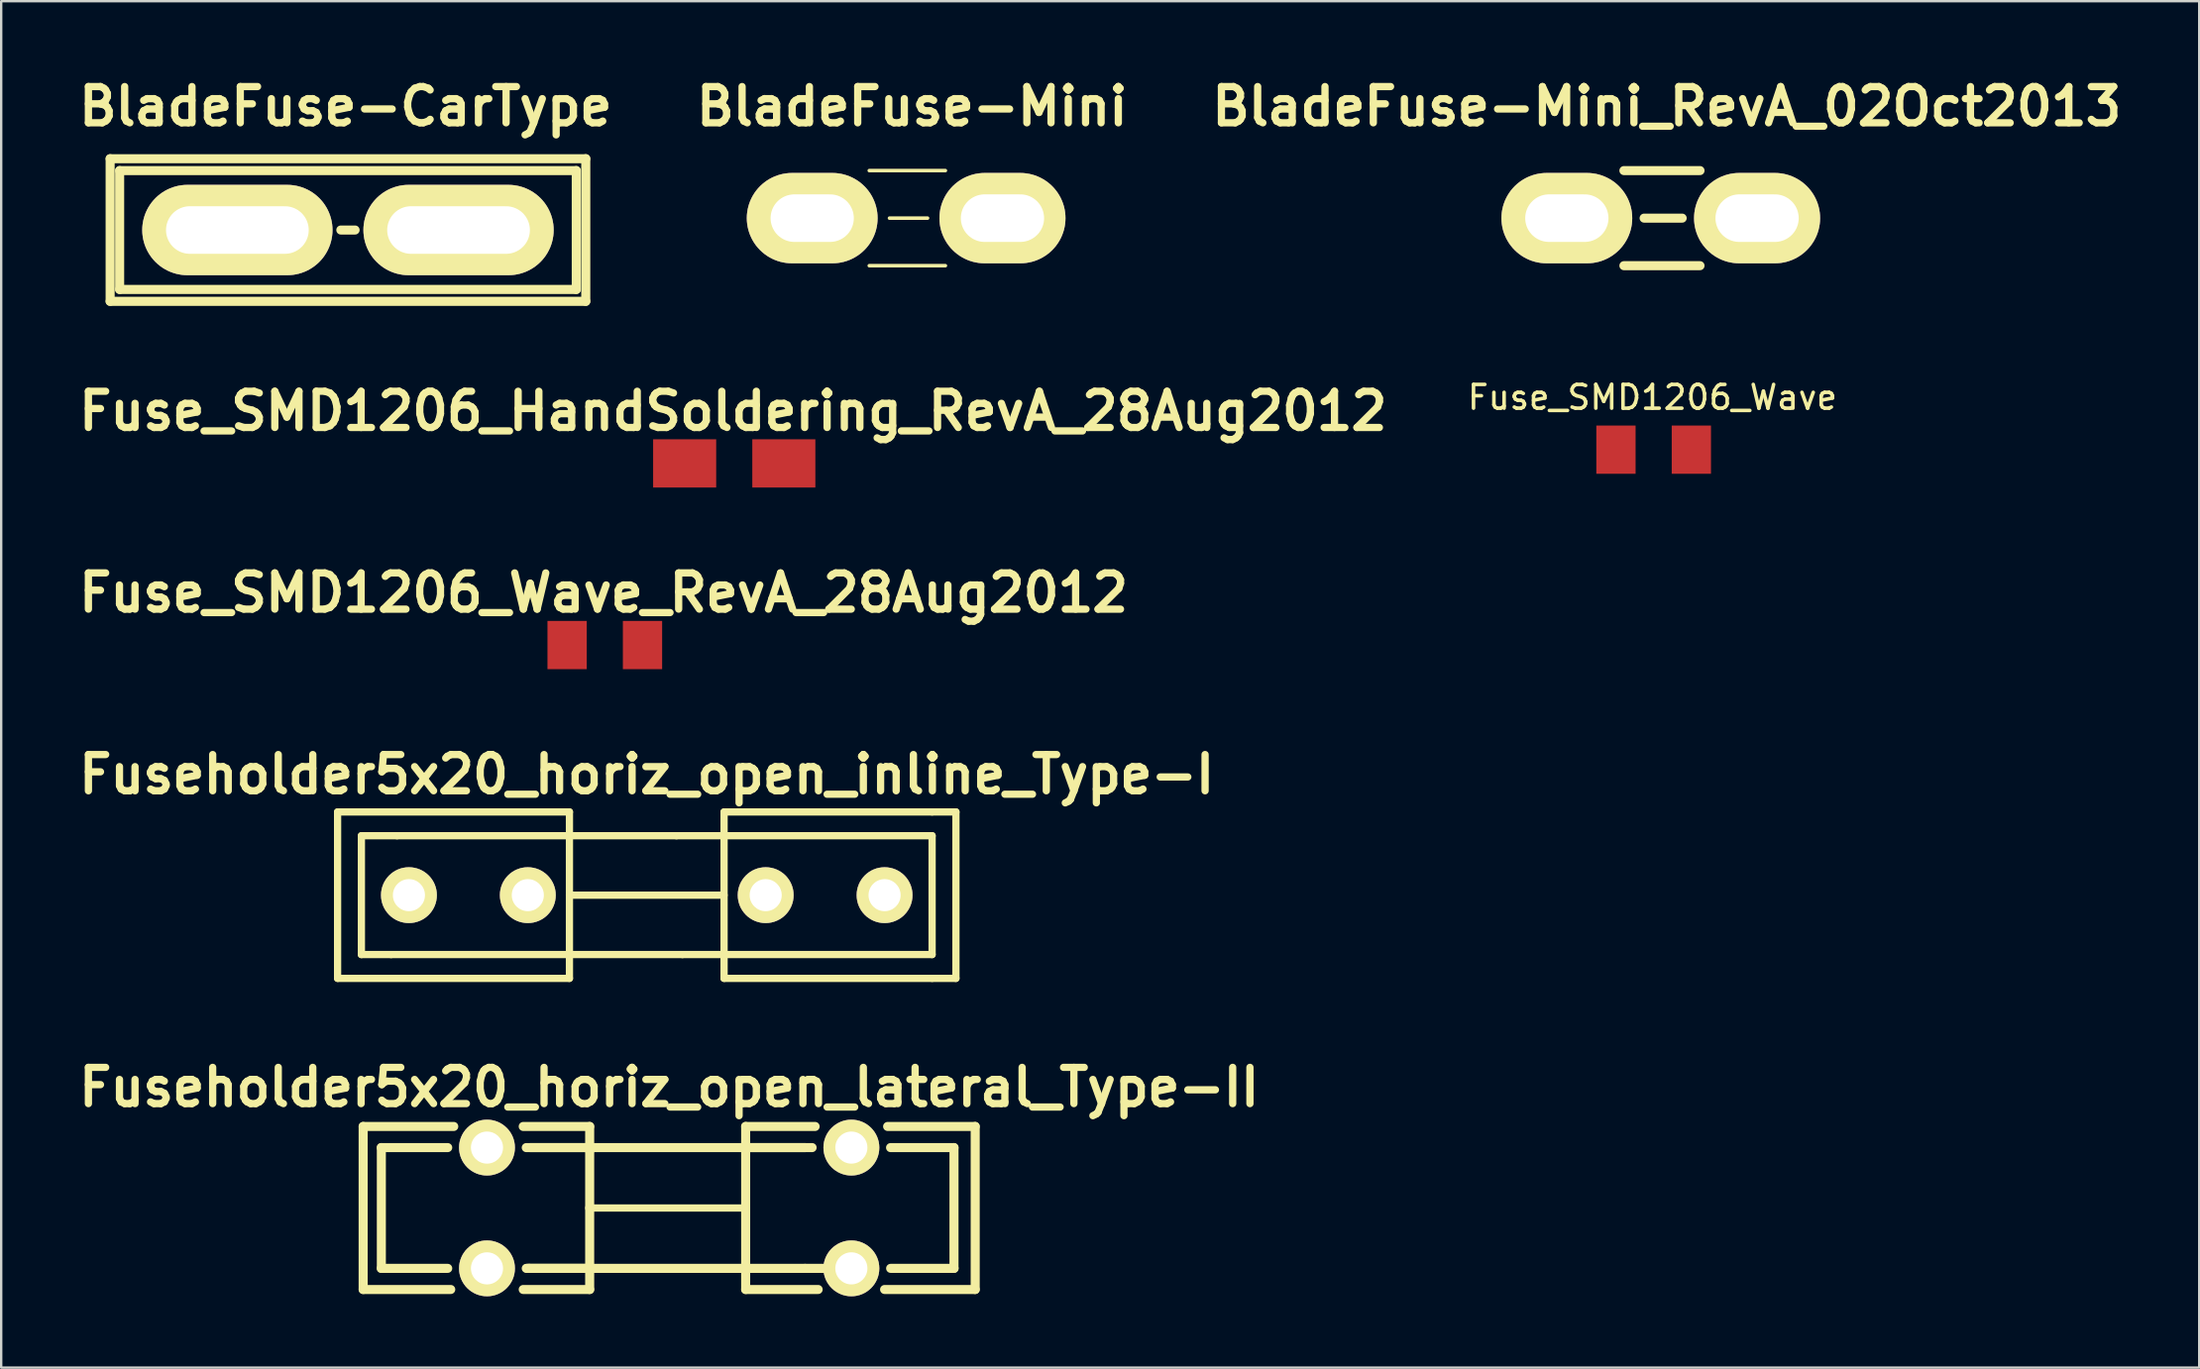
<source format=kicad_pcb>
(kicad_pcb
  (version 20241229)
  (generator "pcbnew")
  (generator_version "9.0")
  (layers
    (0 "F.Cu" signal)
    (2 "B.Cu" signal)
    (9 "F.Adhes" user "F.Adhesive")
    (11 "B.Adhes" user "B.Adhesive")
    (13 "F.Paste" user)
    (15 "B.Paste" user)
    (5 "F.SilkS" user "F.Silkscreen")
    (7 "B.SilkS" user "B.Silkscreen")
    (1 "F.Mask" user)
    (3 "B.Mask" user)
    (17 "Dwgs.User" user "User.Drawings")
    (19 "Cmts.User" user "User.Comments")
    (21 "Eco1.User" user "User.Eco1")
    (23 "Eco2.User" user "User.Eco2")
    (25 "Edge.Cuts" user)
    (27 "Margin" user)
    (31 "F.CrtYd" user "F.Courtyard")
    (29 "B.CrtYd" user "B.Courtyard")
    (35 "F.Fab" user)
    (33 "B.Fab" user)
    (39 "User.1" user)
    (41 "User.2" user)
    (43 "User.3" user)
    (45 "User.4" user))
  (footprint "BladeFuse-Mini_RevA_02Oct2013"
    (layer "F.Cu")
    (at 66.833 6.126)
    (property "Reference" "BladeFuse-Mini_RevA_02Oct2013" (at 0.2 -4.7 0) (layer "F.SilkS") (effects (font (size 1.524 1.524) (thickness 0.305))))
    (attr through_hole)
    (fp_line (start -1.6 -2) (end 1.6 -2) (stroke (width 0.381) (type solid)) (layer "F.SilkS"))
    (fp_line (start -0.75 0) (end 0.85 0) (stroke (width 0.381) (type solid)) (layer "F.SilkS"))
    (fp_line (start 1.6 2) (end -1.6 2) (stroke (width 0.381) (type solid)) (layer "F.SilkS"))
    (pad "1" thru_hole oval (at -4 0) (size 5.5 3.8) (drill oval 3.5 2) (layers "*.Cu" "*.Mask" "F.SilkS"))
    (pad "2" thru_hole oval (at 4 0) (size 5.3 3.8) (drill oval 3.5 2) (layers "*.Cu" "*.Mask" "F.SilkS")))
  (footprint "Fuseholder5x20_horiz_open_inline_Type-I"
    (layer "F.Cu")
    (at 24.145 34.605)
    (property "Reference" "Fuseholder5x20_horiz_open_inline_Type-I" (at 0 -5.08 0) (layer "F.SilkS") (effects (font (size 1.524 1.524) (thickness 0.305))))
    (attr through_hole)
    (fp_line (start -13 -3.5) (end -13 3.5) (stroke (width 0.305) (type solid)) (layer "F.SilkS"))
    (fp_line (start -11.999 -2.499) (end -11.999 2.499) (stroke (width 0.305) (type solid)) (layer "F.SilkS"))
    (fp_line (start -10.749 2.499) (end -11.999 2.499) (stroke (width 0.305) (type solid)) (layer "F.SilkS"))
    (fp_line (start -10.5 -2.499) (end -11.999 -2.499) (stroke (width 0.305) (type solid)) (layer "F.SilkS"))
    (fp_line (start -3.251 -3.5) (end -13 -3.5) (stroke (width 0.305) (type solid)) (layer "F.SilkS"))
    (fp_line (start -3.251 -3.5) (end -3.251 3.5) (stroke (width 0.305) (type solid)) (layer "F.SilkS"))
    (fp_line (start -3.251 3.5) (end -13 3.5) (stroke (width 0.305) (type solid)) (layer "F.SilkS"))
    (fp_line (start 1.25 -2.499) (end -10.5 -2.499) (stroke (width 0.305) (type solid)) (layer "F.SilkS"))
    (fp_line (start 1.501 2.499) (end -10.749 2.499) (stroke (width 0.305) (type solid)) (layer "F.SilkS"))
    (fp_line (start 3.251 -3.5) (end 3.251 3.5) (stroke (width 0.305) (type solid)) (layer "F.SilkS"))
    (fp_line (start 3.251 0) (end -3.251 0) (stroke (width 0.305) (type solid)) (layer "F.SilkS"))
    (fp_line (start 11.999 -3.5) (end 3.251 -3.5) (stroke (width 0.305) (type solid)) (layer "F.SilkS"))
    (fp_line (start 11.999 -2.499) (end 1.25 -2.499) (stroke (width 0.305) (type solid)) (layer "F.SilkS"))
    (fp_line (start 11.999 -2.499) (end 11.999 2.499) (stroke (width 0.305) (type solid)) (layer "F.SilkS"))
    (fp_line (start 11.999 2.499) (end 1.501 2.499) (stroke (width 0.305) (type solid)) (layer "F.SilkS"))
    (fp_line (start 11.999 3.5) (end 3.251 3.5) (stroke (width 0.305) (type solid)) (layer "F.SilkS"))
    (fp_line (start 13 -3.5) (end 11.999 -3.5) (stroke (width 0.305) (type solid)) (layer "F.SilkS"))
    (fp_line (start 13 -3.5) (end 13 3.5) (stroke (width 0.305) (type solid)) (layer "F.SilkS"))
    (fp_line (start 13 3.5) (end 11.999 3.5) (stroke (width 0.305) (type solid)) (layer "F.SilkS"))
    (pad "1" thru_hole circle (at -10 0) (size 2.349 2.349) (drill 1.349) (layers "*.Cu" "*.Mask" "F.SilkS"))
    (pad "1" thru_hole circle (at -5.001 0) (size 2.349 2.349) (drill 1.349) (layers "*.Cu" "*.Mask" "F.SilkS"))
    (pad "2" thru_hole circle (at 5.001 0) (size 2.349 2.349) (drill 1.349) (layers "*.Cu" "*.Mask" "F.SilkS"))
    (pad "2" thru_hole circle (at 10 0) (size 2.349 2.349) (drill 1.349) (layers "*.Cu" "*.Mask" "F.SilkS")))
  (footprint "Fuse_SMD1206_HandSoldering_RevA_28Aug2012"
    (layer "F.Cu")
    (at 27.824 16.443)
    (property "Reference" "Fuse_SMD1206_HandSoldering_RevA_28Aug2012" (at -0.051 -2.2 0) (layer "F.SilkS") (effects (font (size 1.524 1.524) (thickness 0.305))))
    (attr smd)
    (pad "1" smd rect (at -2.085 0 90) (size 2.029 2.652) (layers "F.Cu" "F.Mask" "F.Paste"))
    (pad "2" smd rect (at 2.085 0 90) (size 2.029 2.652) (layers "F.Cu" "F.Mask" "F.Paste")))
  (footprint "BladeFuse-CarType"
    (layer "F.Cu")
    (at 11.581 6.626)
    (property "Reference" "BladeFuse-CarType" (at -0.1 -5.2 0) (layer "F.SilkS") (effects (font (size 1.524 1.524) (thickness 0.305))))
    (attr through_hole)
    (fp_line (start -10 -3) (end 10 -3) (stroke (width 0.381) (type solid)) (layer "F.SilkS"))
    (fp_line (start -10 3) (end -10 -3) (stroke (width 0.381) (type solid)) (layer "F.SilkS"))
    (fp_line (start -9.6 -2.5) (end 9.6 -2.5) (stroke (width 0.381) (type solid)) (layer "F.SilkS"))
    (fp_line (start -9.6 2.5) (end -9.6 -2.5) (stroke (width 0.381) (type solid)) (layer "F.SilkS"))
    (fp_line (start 0.3 0) (end -0.3 0) (stroke (width 0.381) (type solid)) (layer "F.SilkS"))
    (fp_line (start 9.6 -2.5) (end 9.6 2.5) (stroke (width 0.381) (type solid)) (layer "F.SilkS"))
    (fp_line (start 9.6 2.5) (end -9.6 2.5) (stroke (width 0.381) (type solid)) (layer "F.SilkS"))
    (fp_line (start 10 -3) (end 10 3) (stroke (width 0.381) (type solid)) (layer "F.SilkS"))
    (fp_line (start 10 3) (end -10 3) (stroke (width 0.381) (type solid)) (layer "F.SilkS"))
    (pad "1" thru_hole oval (at -4.65 0) (size 8 3.8) (drill oval 6 2) (layers "*.Cu" "*.Mask" "F.SilkS"))
    (pad "2" thru_hole oval (at 4.65 0) (size 8 3.8) (drill oval 6 2) (layers "*.Cu" "*.Mask" "F.SilkS")))
  (footprint "Fuseholder5x20_horiz_open_lateral_Type-II"
    (layer "F.Cu")
    (at 25.088 47.764)
    (property "Reference" "Fuseholder5x20_horiz_open_lateral_Type-II" (at 0 -5.08 0) (layer "F.SilkS") (effects (font (size 1.524 1.524) (thickness 0.305))))
    (attr through_hole)
    (fp_line (start -12.868 -3.429) (end -12.868 3.429) (stroke (width 0.381) (type solid)) (layer "F.SilkS"))
    (fp_line (start -12.868 -3.429) (end -9.058 -3.429) (stroke (width 0.381) (type solid)) (layer "F.SilkS"))
    (fp_line (start -12.868 3.429) (end -9.185 3.429) (stroke (width 0.381) (type solid)) (layer "F.SilkS"))
    (fp_line (start -12.106 -2.54) (end -9.312 -2.54) (stroke (width 0.381) (type solid)) (layer "F.SilkS"))
    (fp_line (start -12.106 2.54) (end -9.312 2.54) (stroke (width 0.381) (type solid)) (layer "F.SilkS"))
    (fp_line (start -12.103 -2.54) (end -12.103 2.54) (stroke (width 0.381) (type solid)) (layer "F.SilkS"))
    (fp_line (start -5.883 2.54) (end -6.01 2.54) (stroke (width 0.381) (type solid)) (layer "F.SilkS"))
    (fp_line (start -5.883 2.54) (end -3.343 2.54) (stroke (width 0.381) (type solid)) (layer "F.SilkS"))
    (fp_line (start -5.842 -2.54) (end 5.715 -2.54) (stroke (width 0.381) (type solid)) (layer "F.SilkS"))
    (fp_line (start -3.343 -3.429) (end -6.137 -3.429) (stroke (width 0.381) (type solid)) (layer "F.SilkS"))
    (fp_line (start -3.343 -3.429) (end -3.343 -2.413) (stroke (width 0.381) (type solid)) (layer "F.SilkS"))
    (fp_line (start -3.343 -2.54) (end -6.01 -2.54) (stroke (width 0.381) (type solid)) (layer "F.SilkS"))
    (fp_line (start -3.343 0) (end -3.343 -2.54) (stroke (width 0.381) (type solid)) (layer "F.SilkS"))
    (fp_line (start -3.343 2.54) (end -3.343 0) (stroke (width 0.381) (type solid)) (layer "F.SilkS"))
    (fp_line (start -3.343 3.429) (end -6.137 3.429) (stroke (width 0.381) (type solid)) (layer "F.SilkS"))
    (fp_line (start -3.343 3.429) (end -3.343 2.54) (stroke (width 0.381) (type solid)) (layer "F.SilkS"))
    (fp_line (start 3.216 -3.429) (end 3.216 -2.54) (stroke (width 0.381) (type solid)) (layer "F.SilkS"))
    (fp_line (start 3.216 -3.429) (end 6.137 -3.429) (stroke (width 0.381) (type solid)) (layer "F.SilkS"))
    (fp_line (start 3.216 -2.54) (end 6.01 -2.54) (stroke (width 0.381) (type solid)) (layer "F.SilkS"))
    (fp_line (start 3.216 0) (end 3.216 -2.54) (stroke (width 0.381) (type solid)) (layer "F.SilkS"))
    (fp_line (start 3.216 2.54) (end 3.216 0) (stroke (width 0.381) (type solid)) (layer "F.SilkS"))
    (fp_line (start 3.216 3.429) (end 3.216 2.54) (stroke (width 0.381) (type solid)) (layer "F.SilkS"))
    (fp_line (start 3.216 3.429) (end 6.264 3.429) (stroke (width 0.381) (type solid)) (layer "F.SilkS"))
    (fp_line (start 3.251 0) (end -3.251 0) (stroke (width 0.305) (type solid)) (layer "F.SilkS"))
    (fp_line (start 5.715 2.54) (end -5.969 2.54) (stroke (width 0.381) (type solid)) (layer "F.SilkS"))
    (fp_line (start 5.715 2.54) (end 8.382 2.54) (stroke (width 0.381) (type solid)) (layer "F.SilkS"))
    (fp_line (start 11.976 -2.54) (end 9.309 -2.54) (stroke (width 0.381) (type solid)) (layer "F.SilkS"))
    (fp_line (start 11.976 -2.54) (end 11.976 2.54) (stroke (width 0.381) (type solid)) (layer "F.SilkS"))
    (fp_line (start 11.979 2.54) (end 9.312 2.54) (stroke (width 0.381) (type solid)) (layer "F.SilkS"))
    (fp_line (start 12.868 -3.429) (end 9.185 -3.429) (stroke (width 0.381) (type solid)) (layer "F.SilkS"))
    (fp_line (start 12.868 -3.429) (end 12.868 3.429) (stroke (width 0.381) (type solid)) (layer "F.SilkS"))
    (fp_line (start 12.868 3.429) (end 9.058 3.429) (stroke (width 0.381) (type solid)) (layer "F.SilkS"))
    (pad "1" thru_hole circle (at -7.661 -2.54) (size 2.349 2.349) (drill 1.349) (layers "*.Cu" "*.Mask" "F.SilkS"))
    (pad "1" thru_hole circle (at -7.661 2.54) (size 2.349 2.349) (drill 1.349) (layers "*.Cu" "*.Mask" "F.SilkS"))
    (pad "2" thru_hole circle (at 7.661 -2.54) (size 2.349 2.349) (drill 1.349) (layers "*.Cu" "*.Mask" "F.SilkS"))
    (pad "2" thru_hole circle (at 7.661 2.54) (size 2.349 2.349) (drill 1.349) (layers "*.Cu" "*.Mask" "F.SilkS")))
  (footprint "Fuse_SMD1206_Wave"
    (layer "F.Cu")
    (at 66.484 15.865)
    (property "Reference" "Fuse_SMD1206_Wave" (at -0.051 -2.2 0) (layer "F.SilkS") (effects (font (size 1 1) (thickness 0.15))))
    (attr smd)
    (pad "1" smd rect (at -1.585 0 90) (size 2.029 1.651) (layers "F.Cu" "F.Mask" "F.Paste"))
    (pad "2" smd rect (at 1.585 0 90) (size 2.029 1.651) (layers "F.Cu" "F.Mask" "F.Paste")))
  (footprint "Fuse_SMD1206_Wave_RevA_28Aug2012"
    (layer "F.Cu")
    (at 22.381 24.084)
    (property "Reference" "Fuse_SMD1206_Wave_RevA_28Aug2012" (at -0.051 -2.2 0) (layer "F.SilkS") (effects (font (size 1.524 1.524) (thickness 0.305))))
    (attr smd)
    (pad "1" smd rect (at -1.585 0 90) (size 2.029 1.651) (layers "F.Cu" "F.Mask" "F.Paste"))
    (pad "2" smd rect (at 1.585 0 90) (size 2.029 1.651) (layers "F.Cu" "F.Mask" "F.Paste")))
  (footprint "BladeFuse-Mini"
    (layer "F.Cu")
    (at 35.102 6.126)
    (property "Reference" "BladeFuse-Mini" (at 0.2 -4.7 0) (layer "F.SilkS") (effects (font (size 1.524 1.524) (thickness 0.305))))
    (attr through_hole)
    (fp_line (start -1.6 -2) (end 1.6 -2) (stroke (width 0.15) (type solid)) (layer "F.SilkS"))
    (fp_line (start -0.75 0) (end 0.85 0) (stroke (width 0.15) (type solid)) (layer "F.SilkS"))
    (fp_line (start 1.6 2) (end -1.6 2) (stroke (width 0.15) (type solid)) (layer "F.SilkS"))
    (pad "1" thru_hole oval (at -4 0) (size 5.5 3.8) (drill oval 3.5 2) (layers "*.Cu" "*.Mask" "F.SilkS"))
    (pad "2" thru_hole oval (at 4 0) (size 5.3 3.8) (drill oval 3.5 2) (layers "*.Cu" "*.Mask" "F.SilkS")))
  (gr_rect
    (start -3 -3)
    (end 89.424 54.479)
    (stroke (width 0.1) (type default))
    (fill no)
    (layer "Edge.Cuts")))
</source>
